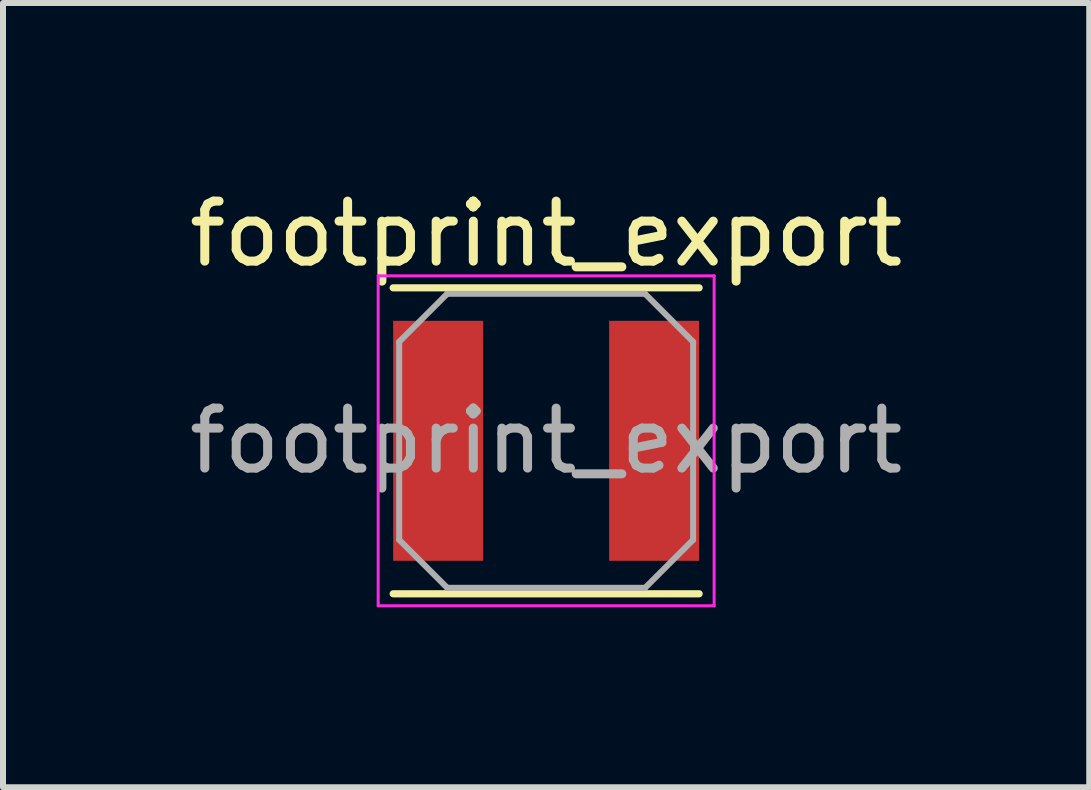
<source format=kicad_pcb>
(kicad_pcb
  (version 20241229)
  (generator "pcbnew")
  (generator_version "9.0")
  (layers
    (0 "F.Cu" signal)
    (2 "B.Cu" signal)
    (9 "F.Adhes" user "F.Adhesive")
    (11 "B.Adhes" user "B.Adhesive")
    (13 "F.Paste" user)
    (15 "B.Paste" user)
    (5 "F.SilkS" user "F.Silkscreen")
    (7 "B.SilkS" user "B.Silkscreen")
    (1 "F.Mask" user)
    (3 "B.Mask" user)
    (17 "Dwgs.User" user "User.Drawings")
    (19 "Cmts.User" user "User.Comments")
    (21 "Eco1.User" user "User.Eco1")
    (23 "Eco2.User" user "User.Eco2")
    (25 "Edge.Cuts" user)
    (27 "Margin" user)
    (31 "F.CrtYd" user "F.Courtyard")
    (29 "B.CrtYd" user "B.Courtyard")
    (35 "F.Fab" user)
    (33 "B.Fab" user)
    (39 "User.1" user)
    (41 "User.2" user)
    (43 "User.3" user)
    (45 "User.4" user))
  (footprint "footprint_export"
    (layer "F.Cu")
    (at 6.054 4.298)
    (property "Reference" "footprint_export" (at 0 -3.45 0) (layer "F.SilkS") (effects (font (size 1 1) (thickness 0.15))))
    (attr smd)
    (fp_line (start -2.55 -2.55) (end 2.55 -2.55) (stroke (width 0.12) (type solid)) (layer "F.SilkS"))
    (fp_line (start -2.55 2.55) (end 2.55 2.55) (stroke (width 0.12) (type solid)) (layer "F.SilkS"))
    (fp_line (start -2.8 -2.75) (end -2.8 2.75) (stroke (width 0.05) (type solid)) (layer "F.CrtYd"))
    (fp_line (start -2.8 2.75) (end 2.8 2.75) (stroke (width 0.05) (type solid)) (layer "F.CrtYd"))
    (fp_line (start 2.8 -2.75) (end -2.8 -2.75) (stroke (width 0.05) (type solid)) (layer "F.CrtYd"))
    (fp_line (start 2.8 2.75) (end 2.8 -2.75) (stroke (width 0.05) (type solid)) (layer "F.CrtYd"))
    (fp_line (start -2.45 -1.65) (end -1.65 -2.45) (stroke (width 0.1) (type solid)) (layer "F.Fab"))
    (fp_line (start -2.45 1.65) (end -2.45 -1.65) (stroke (width 0.1) (type solid)) (layer "F.Fab"))
    (fp_line (start -2.45 1.65) (end -1.65 2.45) (stroke (width 0.1) (type solid)) (layer "F.Fab"))
    (fp_line (start -1.65 -2.45) (end 1.65 -2.45) (stroke (width 0.1) (type solid)) (layer "F.Fab"))
    (fp_line (start -1.65 2.45) (end 1.65 2.45) (stroke (width 0.1) (type solid)) (layer "F.Fab"))
    (fp_line (start 2.45 -1.65) (end 1.65 -2.45) (stroke (width 0.1) (type solid)) (layer "F.Fab"))
    (fp_line (start 2.45 -1.65) (end 2.45 1.65) (stroke (width 0.1) (type solid)) (layer "F.Fab"))
    (fp_line (start 2.45 1.65) (end 1.65 2.45) (stroke (width 0.1) (type solid)) (layer "F.Fab"))
    (fp_text user "${REFERENCE}" (at 0 0 0) (layer "F.Fab") (effects (font (size 1 1) (thickness 0.15))))
    (pad "1" smd rect (at -1.8 0) (size 1.5 4) (layers "F.Cu" "F.Mask" "F.Paste"))
    (pad "2" smd rect (at 1.8 0) (size 1.5 4) (layers "F.Cu" "F.Mask" "F.Paste")))
  (gr_rect
    (start -3 -3)
    (end 15.107 10.073)
    (stroke (width 0.1) (type default))
    (fill no)
    (layer "Edge.Cuts")))
</source>
